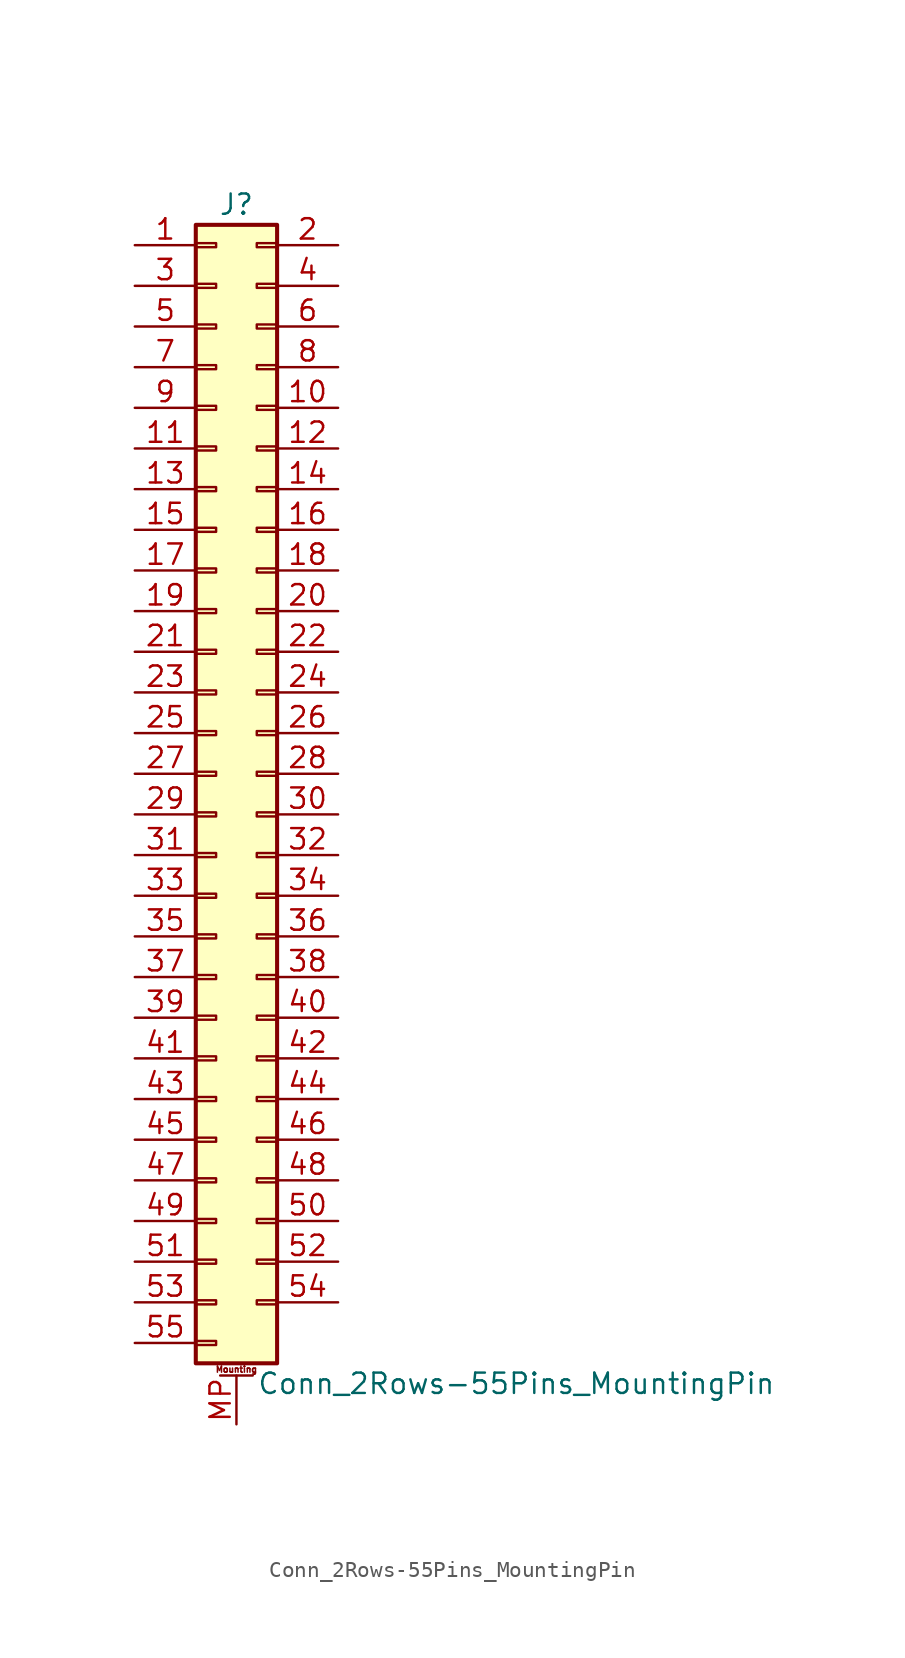
<source format=kicad_sym>
(kicad_symbol_lib
  (version 20211014)
  (generator kicad_symbol_editor)
  (symbol "Conn_2Rows-55Pins_MountingPin"
    (pin_names
      (offset 1.016) hide)
    (property "Reference" "J"
      (at 1.27 35.56 0)
      (effects (font (size 1.27 1.27))))
    (property "Value" "Conn_2Rows-55Pins_MountingPin"
      (at 2.54 -38.1 0)
      (effects (font (size 1.27 1.27)) (justify left)))
    (symbol "Conn_2Rows-55Pins_MountingPin_1_1"
      (rectangle (start -1.27 -35.433) (end 0 -35.687) (stroke (width 0.152) (type default) (color 0 0 0 0)) (fill (type none)))
      (rectangle (start -1.27 -32.893) (end 0 -33.147) (stroke (width 0.152) (type default) (color 0 0 0 0)) (fill (type none)))
      (rectangle (start -1.27 -30.353) (end 0 -30.607) (stroke (width 0.152) (type default) (color 0 0 0 0)) (fill (type none)))
      (rectangle (start -1.27 -27.813) (end 0 -28.067) (stroke (width 0.152) (type default) (color 0 0 0 0)) (fill (type none)))
      (rectangle (start -1.27 -25.273) (end 0 -25.527) (stroke (width 0.152) (type default) (color 0 0 0 0)) (fill (type none)))
      (rectangle (start -1.27 -22.733) (end 0 -22.987) (stroke (width 0.152) (type default) (color 0 0 0 0)) (fill (type none)))
      (rectangle (start -1.27 -20.193) (end 0 -20.447) (stroke (width 0.152) (type default) (color 0 0 0 0)) (fill (type none)))
      (rectangle (start -1.27 -17.653) (end 0 -17.907) (stroke (width 0.152) (type default) (color 0 0 0 0)) (fill (type none)))
      (rectangle (start -1.27 -15.113) (end 0 -15.367) (stroke (width 0.152) (type default) (color 0 0 0 0)) (fill (type none)))
      (rectangle (start -1.27 -12.573) (end 0 -12.827) (stroke (width 0.152) (type default) (color 0 0 0 0)) (fill (type none)))
      (rectangle (start -1.27 -10.033) (end 0 -10.287) (stroke (width 0.152) (type default) (color 0 0 0 0)) (fill (type none)))
      (rectangle (start -1.27 -7.493) (end 0 -7.747) (stroke (width 0.152) (type default) (color 0 0 0 0)) (fill (type none)))
      (rectangle (start -1.27 -4.953) (end 0 -5.207) (stroke (width 0.152) (type default) (color 0 0 0 0)) (fill (type none)))
      (rectangle (start -1.27 -2.413) (end 0 -2.667) (stroke (width 0.152) (type default) (color 0 0 0 0)) (fill (type none)))
      (rectangle (start -1.27 0.127) (end 0 -0.127) (stroke (width 0.152) (type default) (color 0 0 0 0)) (fill (type none)))
      (rectangle (start -1.27 2.667) (end 0 2.413) (stroke (width 0.152) (type default) (color 0 0 0 0)) (fill (type none)))
      (rectangle (start -1.27 5.207) (end 0 4.953) (stroke (width 0.152) (type default) (color 0 0 0 0)) (fill (type none)))
      (rectangle (start -1.27 7.747) (end 0 7.493) (stroke (width 0.152) (type default) (color 0 0 0 0)) (fill (type none)))
      (rectangle (start -1.27 10.287) (end 0 10.033) (stroke (width 0.152) (type default) (color 0 0 0 0)) (fill (type none)))
      (rectangle (start -1.27 12.827) (end 0 12.573) (stroke (width 0.152) (type default) (color 0 0 0 0)) (fill (type none)))
      (rectangle (start -1.27 15.367) (end 0 15.113) (stroke (width 0.152) (type default) (color 0 0 0 0)) (fill (type none)))
      (rectangle (start -1.27 17.907) (end 0 17.653) (stroke (width 0.152) (type default) (color 0 0 0 0)) (fill (type none)))
      (rectangle (start -1.27 20.447) (end 0 20.193) (stroke (width 0.152) (type default) (color 0 0 0 0)) (fill (type none)))
      (rectangle (start -1.27 22.987) (end 0 22.733) (stroke (width 0.152) (type default) (color 0 0 0 0)) (fill (type none)))
      (rectangle (start -1.27 25.527) (end 0 25.273) (stroke (width 0.152) (type default) (color 0 0 0 0)) (fill (type none)))
      (rectangle (start -1.27 28.067) (end 0 27.813) (stroke (width 0.152) (type default) (color 0 0 0 0)) (fill (type none)))
      (rectangle (start -1.27 30.607) (end 0 30.353) (stroke (width 0.152) (type default) (color 0 0 0 0)) (fill (type none)))
      (rectangle (start -1.27 33.147) (end 0 32.893) (stroke (width 0.152) (type default) (color 0 0 0 0)) (fill (type none)))
      (rectangle (start -1.27 34.29) (end 3.81 -36.83) (stroke (width 0.254) (type default) (color 0 0 0 0)) (fill (type background)))
      (polyline (pts (xy 0.254 -37.592) (xy 2.286 -37.592)) (stroke (width 0.152) (type default) (color 0 0 0 0)) (fill (type none)))
      (rectangle (start 3.81 -32.893) (end 2.54 -33.147) (stroke (width 0.152) (type default) (color 0 0 0 0)) (fill (type none)))
      (rectangle (start 3.81 -30.353) (end 2.54 -30.607) (stroke (width 0.152) (type default) (color 0 0 0 0)) (fill (type none)))
      (rectangle (start 3.81 -27.813) (end 2.54 -28.067) (stroke (width 0.152) (type default) (color 0 0 0 0)) (fill (type none)))
      (rectangle (start 3.81 -25.273) (end 2.54 -25.527) (stroke (width 0.152) (type default) (color 0 0 0 0)) (fill (type none)))
      (rectangle (start 3.81 -22.733) (end 2.54 -22.987) (stroke (width 0.152) (type default) (color 0 0 0 0)) (fill (type none)))
      (rectangle (start 3.81 -20.193) (end 2.54 -20.447) (stroke (width 0.152) (type default) (color 0 0 0 0)) (fill (type none)))
      (rectangle (start 3.81 -17.653) (end 2.54 -17.907) (stroke (width 0.152) (type default) (color 0 0 0 0)) (fill (type none)))
      (rectangle (start 3.81 -15.113) (end 2.54 -15.367) (stroke (width 0.152) (type default) (color 0 0 0 0)) (fill (type none)))
      (rectangle (start 3.81 -12.573) (end 2.54 -12.827) (stroke (width 0.152) (type default) (color 0 0 0 0)) (fill (type none)))
      (rectangle (start 3.81 -10.033) (end 2.54 -10.287) (stroke (width 0.152) (type default) (color 0 0 0 0)) (fill (type none)))
      (rectangle (start 3.81 -7.493) (end 2.54 -7.747) (stroke (width 0.152) (type default) (color 0 0 0 0)) (fill (type none)))
      (rectangle (start 3.81 -4.953) (end 2.54 -5.207) (stroke (width 0.152) (type default) (color 0 0 0 0)) (fill (type none)))
      (rectangle (start 3.81 -2.413) (end 2.54 -2.667) (stroke (width 0.152) (type default) (color 0 0 0 0)) (fill (type none)))
      (rectangle (start 3.81 0.127) (end 2.54 -0.127) (stroke (width 0.152) (type default) (color 0 0 0 0)) (fill (type none)))
      (rectangle (start 3.81 2.667) (end 2.54 2.413) (stroke (width 0.152) (type default) (color 0 0 0 0)) (fill (type none)))
      (rectangle (start 3.81 5.207) (end 2.54 4.953) (stroke (width 0.152) (type default) (color 0 0 0 0)) (fill (type none)))
      (rectangle (start 3.81 7.747) (end 2.54 7.493) (stroke (width 0.152) (type default) (color 0 0 0 0)) (fill (type none)))
      (rectangle (start 3.81 10.287) (end 2.54 10.033) (stroke (width 0.152) (type default) (color 0 0 0 0)) (fill (type none)))
      (rectangle (start 3.81 12.827) (end 2.54 12.573) (stroke (width 0.152) (type default) (color 0 0 0 0)) (fill (type none)))
      (rectangle (start 3.81 15.367) (end 2.54 15.113) (stroke (width 0.152) (type default) (color 0 0 0 0)) (fill (type none)))
      (rectangle (start 3.81 17.907) (end 2.54 17.653) (stroke (width 0.152) (type default) (color 0 0 0 0)) (fill (type none)))
      (rectangle (start 3.81 20.447) (end 2.54 20.193) (stroke (width 0.152) (type default) (color 0 0 0 0)) (fill (type none)))
      (rectangle (start 3.81 22.987) (end 2.54 22.733) (stroke (width 0.152) (type default) (color 0 0 0 0)) (fill (type none)))
      (rectangle (start 3.81 25.527) (end 2.54 25.273) (stroke (width 0.152) (type default) (color 0 0 0 0)) (fill (type none)))
      (rectangle (start 3.81 28.067) (end 2.54 27.813) (stroke (width 0.152) (type default) (color 0 0 0 0)) (fill (type none)))
      (rectangle (start 3.81 30.607) (end 2.54 30.353) (stroke (width 0.152) (type default) (color 0 0 0 0)) (fill (type none)))
      (rectangle (start 3.81 33.147) (end 2.54 32.893) (stroke (width 0.152) (type default) (color 0 0 0 0)) (fill (type none)))
      (text "Mounting" (at 1.27 -37.211 0) (effects (font (size 0.381 0.381))))
      (pin passive line (at -5.08 33.02 0) (length 3.81) (name "Pin_1" (effects (font (size 1.27 1.27)))) (number "1" (effects (font (size 1.27 1.27)))))
      (pin passive line (at 7.62 22.86 180) (length 3.81) (name "Pin_10" (effects (font (size 1.27 1.27)))) (number "10" (effects (font (size 1.27 1.27)))))
      (pin passive line (at -5.08 20.32 0) (length 3.81) (name "Pin_11" (effects (font (size 1.27 1.27)))) (number "11" (effects (font (size 1.27 1.27)))))
      (pin passive line (at 7.62 20.32 180) (length 3.81) (name "Pin_12" (effects (font (size 1.27 1.27)))) (number "12" (effects (font (size 1.27 1.27)))))
      (pin passive line (at -5.08 17.78 0) (length 3.81) (name "Pin_13" (effects (font (size 1.27 1.27)))) (number "13" (effects (font (size 1.27 1.27)))))
      (pin passive line (at 7.62 17.78 180) (length 3.81) (name "Pin_14" (effects (font (size 1.27 1.27)))) (number "14" (effects (font (size 1.27 1.27)))))
      (pin passive line (at -5.08 15.24 0) (length 3.81) (name "Pin_15" (effects (font (size 1.27 1.27)))) (number "15" (effects (font (size 1.27 1.27)))))
      (pin passive line (at 7.62 15.24 180) (length 3.81) (name "Pin_16" (effects (font (size 1.27 1.27)))) (number "16" (effects (font (size 1.27 1.27)))))
      (pin passive line (at -5.08 12.7 0) (length 3.81) (name "Pin_17" (effects (font (size 1.27 1.27)))) (number "17" (effects (font (size 1.27 1.27)))))
      (pin passive line (at 7.62 12.7 180) (length 3.81) (name "Pin_18" (effects (font (size 1.27 1.27)))) (number "18" (effects (font (size 1.27 1.27)))))
      (pin passive line (at -5.08 10.16 0) (length 3.81) (name "Pin_19" (effects (font (size 1.27 1.27)))) (number "19" (effects (font (size 1.27 1.27)))))
      (pin passive line (at 7.62 33.02 180) (length 3.81) (name "Pin_2" (effects (font (size 1.27 1.27)))) (number "2" (effects (font (size 1.27 1.27)))))
      (pin passive line (at 7.62 10.16 180) (length 3.81) (name "Pin_20" (effects (font (size 1.27 1.27)))) (number "20" (effects (font (size 1.27 1.27)))))
      (pin passive line (at -5.08 7.62 0) (length 3.81) (name "Pin_21" (effects (font (size 1.27 1.27)))) (number "21" (effects (font (size 1.27 1.27)))))
      (pin passive line (at 7.62 7.62 180) (length 3.81) (name "Pin_22" (effects (font (size 1.27 1.27)))) (number "22" (effects (font (size 1.27 1.27)))))
      (pin passive line (at -5.08 5.08 0) (length 3.81) (name "Pin_23" (effects (font (size 1.27 1.27)))) (number "23" (effects (font (size 1.27 1.27)))))
      (pin passive line (at 7.62 5.08 180) (length 3.81) (name "Pin_24" (effects (font (size 1.27 1.27)))) (number "24" (effects (font (size 1.27 1.27)))))
      (pin passive line (at -5.08 2.54 0) (length 3.81) (name "Pin_25" (effects (font (size 1.27 1.27)))) (number "25" (effects (font (size 1.27 1.27)))))
      (pin passive line (at 7.62 2.54 180) (length 3.81) (name "Pin_26" (effects (font (size 1.27 1.27)))) (number "26" (effects (font (size 1.27 1.27)))))
      (pin passive line (at -5.08 0 0) (length 3.81) (name "Pin_27" (effects (font (size 1.27 1.27)))) (number "27" (effects (font (size 1.27 1.27)))))
      (pin passive line (at 7.62 0 180) (length 3.81) (name "Pin_28" (effects (font (size 1.27 1.27)))) (number "28" (effects (font (size 1.27 1.27)))))
      (pin passive line (at -5.08 -2.54 0) (length 3.81) (name "Pin_29" (effects (font (size 1.27 1.27)))) (number "29" (effects (font (size 1.27 1.27)))))
      (pin passive line (at -5.08 30.48 0) (length 3.81) (name "Pin_3" (effects (font (size 1.27 1.27)))) (number "3" (effects (font (size 1.27 1.27)))))
      (pin passive line (at 7.62 -2.54 180) (length 3.81) (name "Pin_30" (effects (font (size 1.27 1.27)))) (number "30" (effects (font (size 1.27 1.27)))))
      (pin passive line (at -5.08 -5.08 0) (length 3.81) (name "Pin_31" (effects (font (size 1.27 1.27)))) (number "31" (effects (font (size 1.27 1.27)))))
      (pin passive line (at 7.62 -5.08 180) (length 3.81) (name "Pin_32" (effects (font (size 1.27 1.27)))) (number "32" (effects (font (size 1.27 1.27)))))
      (pin passive line (at -5.08 -7.62 0) (length 3.81) (name "Pin_33" (effects (font (size 1.27 1.27)))) (number "33" (effects (font (size 1.27 1.27)))))
      (pin passive line (at 7.62 -7.62 180) (length 3.81) (name "Pin_34" (effects (font (size 1.27 1.27)))) (number "34" (effects (font (size 1.27 1.27)))))
      (pin passive line (at -5.08 -10.16 0) (length 3.81) (name "Pin_35" (effects (font (size 1.27 1.27)))) (number "35" (effects (font (size 1.27 1.27)))))
      (pin passive line (at 7.62 -10.16 180) (length 3.81) (name "Pin_36" (effects (font (size 1.27 1.27)))) (number "36" (effects (font (size 1.27 1.27)))))
      (pin passive line (at -5.08 -12.7 0) (length 3.81) (name "Pin_37" (effects (font (size 1.27 1.27)))) (number "37" (effects (font (size 1.27 1.27)))))
      (pin passive line (at 7.62 -12.7 180) (length 3.81) (name "Pin_38" (effects (font (size 1.27 1.27)))) (number "38" (effects (font (size 1.27 1.27)))))
      (pin passive line (at -5.08 -15.24 0) (length 3.81) (name "Pin_39" (effects (font (size 1.27 1.27)))) (number "39" (effects (font (size 1.27 1.27)))))
      (pin passive line (at 7.62 30.48 180) (length 3.81) (name "Pin_4" (effects (font (size 1.27 1.27)))) (number "4" (effects (font (size 1.27 1.27)))))
      (pin passive line (at 7.62 -15.24 180) (length 3.81) (name "Pin_40" (effects (font (size 1.27 1.27)))) (number "40" (effects (font (size 1.27 1.27)))))
      (pin passive line (at -5.08 -17.78 0) (length 3.81) (name "Pin_41" (effects (font (size 1.27 1.27)))) (number "41" (effects (font (size 1.27 1.27)))))
      (pin passive line (at 7.62 -17.78 180) (length 3.81) (name "Pin_42" (effects (font (size 1.27 1.27)))) (number "42" (effects (font (size 1.27 1.27)))))
      (pin passive line (at -5.08 -20.32 0) (length 3.81) (name "Pin_43" (effects (font (size 1.27 1.27)))) (number "43" (effects (font (size 1.27 1.27)))))
      (pin passive line (at 7.62 -20.32 180) (length 3.81) (name "Pin_44" (effects (font (size 1.27 1.27)))) (number "44" (effects (font (size 1.27 1.27)))))
      (pin passive line (at -5.08 -22.86 0) (length 3.81) (name "Pin_45" (effects (font (size 1.27 1.27)))) (number "45" (effects (font (size 1.27 1.27)))))
      (pin passive line (at 7.62 -22.86 180) (length 3.81) (name "Pin_46" (effects (font (size 1.27 1.27)))) (number "46" (effects (font (size 1.27 1.27)))))
      (pin passive line (at -5.08 -25.4 0) (length 3.81) (name "Pin_47" (effects (font (size 1.27 1.27)))) (number "47" (effects (font (size 1.27 1.27)))))
      (pin passive line (at 7.62 -25.4 180) (length 3.81) (name "Pin_48" (effects (font (size 1.27 1.27)))) (number "48" (effects (font (size 1.27 1.27)))))
      (pin passive line (at -5.08 -27.94 0) (length 3.81) (name "Pin_49" (effects (font (size 1.27 1.27)))) (number "49" (effects (font (size 1.27 1.27)))))
      (pin passive line (at -5.08 27.94 0) (length 3.81) (name "Pin_5" (effects (font (size 1.27 1.27)))) (number "5" (effects (font (size 1.27 1.27)))))
      (pin passive line (at 7.62 -27.94 180) (length 3.81) (name "Pin_50" (effects (font (size 1.27 1.27)))) (number "50" (effects (font (size 1.27 1.27)))))
      (pin passive line (at -5.08 -30.48 0) (length 3.81) (name "Pin_51" (effects (font (size 1.27 1.27)))) (number "51" (effects (font (size 1.27 1.27)))))
      (pin passive line (at 7.62 -30.48 180) (length 3.81) (name "Pin_52" (effects (font (size 1.27 1.27)))) (number "52" (effects (font (size 1.27 1.27)))))
      (pin passive line (at -5.08 -33.02 0) (length 3.81) (name "Pin_53" (effects (font (size 1.27 1.27)))) (number "53" (effects (font (size 1.27 1.27)))))
      (pin passive line (at 7.62 -33.02 180) (length 3.81) (name "Pin_54" (effects (font (size 1.27 1.27)))) (number "54" (effects (font (size 1.27 1.27)))))
      (pin passive line (at -5.08 -35.56 0) (length 3.81) (name "Pin_55" (effects (font (size 1.27 1.27)))) (number "55" (effects (font (size 1.27 1.27)))))
      (pin passive line (at 7.62 27.94 180) (length 3.81) (name "Pin_6" (effects (font (size 1.27 1.27)))) (number "6" (effects (font (size 1.27 1.27)))))
      (pin passive line (at -5.08 25.4 0) (length 3.81) (name "Pin_7" (effects (font (size 1.27 1.27)))) (number "7" (effects (font (size 1.27 1.27)))))
      (pin passive line (at 7.62 25.4 180) (length 3.81) (name "Pin_8" (effects (font (size 1.27 1.27)))) (number "8" (effects (font (size 1.27 1.27)))))
      (pin passive line (at -5.08 22.86 0) (length 3.81) (name "Pin_9" (effects (font (size 1.27 1.27)))) (number "9" (effects (font (size 1.27 1.27)))))
      (pin passive line (at 1.27 -40.64 90) (length 3.048) (name "MountPin" (effects (font (size 1.27 1.27)))) (number "MP" (effects (font (size 1.27 1.27))))))))
</source>
